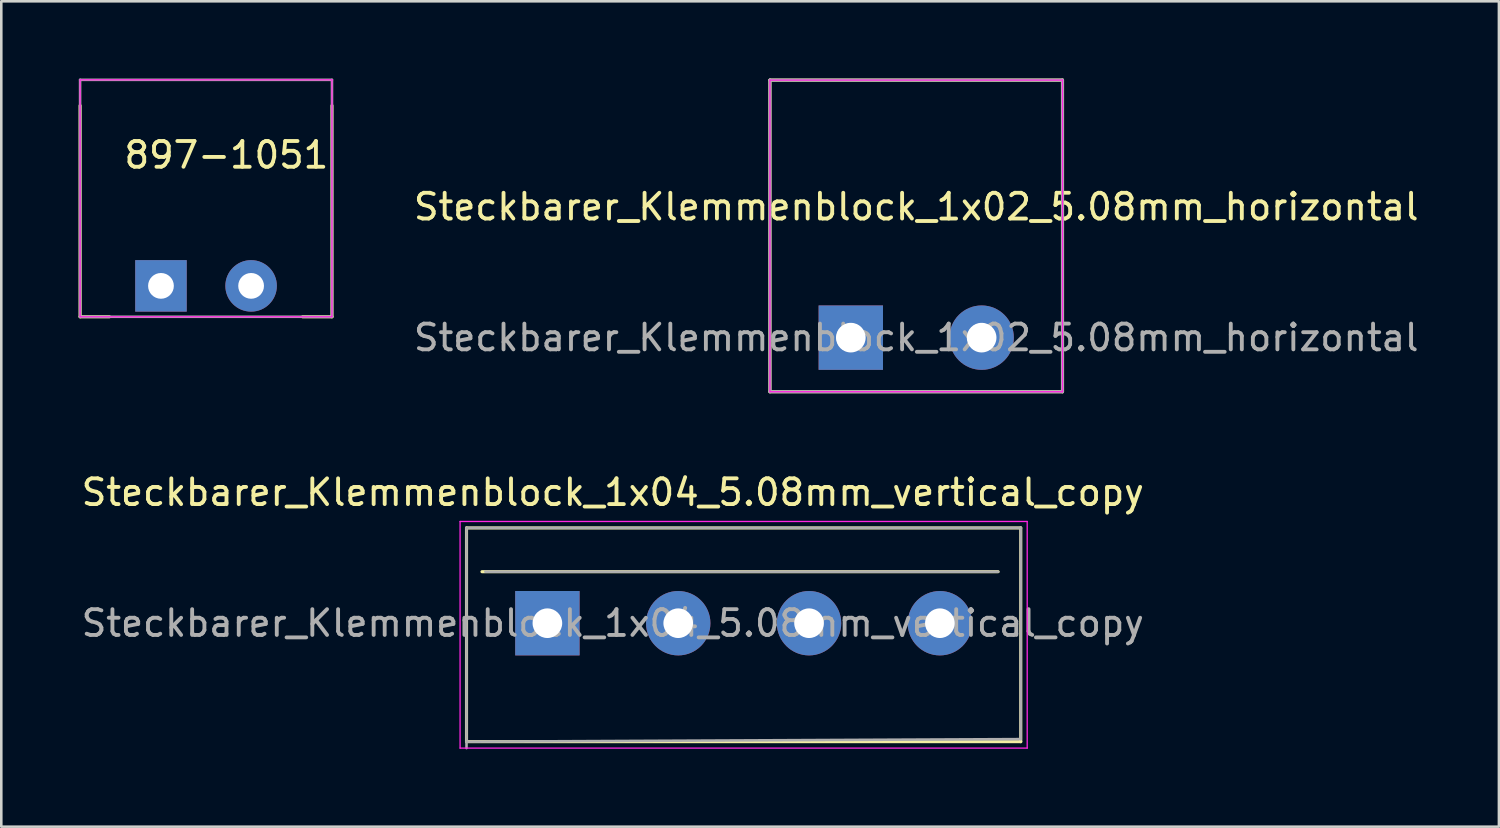
<source format=kicad_pcb>
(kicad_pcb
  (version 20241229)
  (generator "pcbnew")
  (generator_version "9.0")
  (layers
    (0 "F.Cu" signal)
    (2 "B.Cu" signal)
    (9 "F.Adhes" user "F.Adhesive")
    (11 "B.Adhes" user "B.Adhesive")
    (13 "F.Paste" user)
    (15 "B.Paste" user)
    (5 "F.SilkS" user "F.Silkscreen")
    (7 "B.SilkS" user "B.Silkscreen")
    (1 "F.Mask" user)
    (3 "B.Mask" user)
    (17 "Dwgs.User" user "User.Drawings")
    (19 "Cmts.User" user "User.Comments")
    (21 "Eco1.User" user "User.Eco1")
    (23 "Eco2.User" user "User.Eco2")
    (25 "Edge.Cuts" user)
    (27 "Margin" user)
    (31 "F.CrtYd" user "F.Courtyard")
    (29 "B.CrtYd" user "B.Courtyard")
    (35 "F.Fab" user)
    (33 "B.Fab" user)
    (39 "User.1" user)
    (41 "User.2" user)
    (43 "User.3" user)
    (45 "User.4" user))
  (footprint "Steckbarer_Klemmenblock_1x02_5.08mm_horizontal"
    (layer "F.Cu")
    (at 29.985 10.06)
    (property "Reference" "Steckbarer_Klemmenblock_1x02_5.08mm_horizontal" (at 2.54 -5.08 0) (layer "F.SilkS") (effects (font (size 1 1) (thickness 0.15))))
    (attr through_hole)
    (fp_line (start -3.14 2.1) (end -3.14 -10) (stroke (width 0.12) (type solid)) (layer "F.SilkS"))
    (fp_line (start 8.22 -10) (end -3.14 -10) (stroke (width 0.12) (type solid)) (layer "F.SilkS"))
    (fp_line (start 8.22 2.1) (end -3.14 2.1) (stroke (width 0.12) (type solid)) (layer "F.SilkS"))
    (fp_line (start 8.22 2.1) (end 8.22 -10) (stroke (width 0.12) (type solid)) (layer "F.SilkS"))
    (fp_line (start -3.14 2.1) (end -3.14 -10) (stroke (width 0.05) (type solid)) (layer "F.CrtYd"))
    (fp_line (start 8.22 -10) (end -3.14 -10) (stroke (width 0.05) (type solid)) (layer "F.CrtYd"))
    (fp_line (start 8.22 2.1) (end -3.14 2.1) (stroke (width 0.05) (type solid)) (layer "F.CrtYd"))
    (fp_line (start 8.22 2.1) (end 8.22 -10) (stroke (width 0.05) (type solid)) (layer "F.CrtYd"))
    (fp_circle (center 0 0) (end 0.5 0) (stroke (width 0.05) (type solid)) (fill no) (layer "F.CrtYd"))
    (fp_circle (center 5.08 0) (end 5.58 0) (stroke (width 0.05) (type solid)) (fill no) (layer "F.CrtYd"))
    (fp_line (start -3.14 2.1) (end -3.14 -10) (stroke (width 0.12) (type solid)) (layer "F.Fab"))
    (fp_line (start 8.22 -10) (end -3.14 -10) (stroke (width 0.12) (type solid)) (layer "F.Fab"))
    (fp_line (start 8.22 2.1) (end -3.14 2.1) (stroke (width 0.12) (type solid)) (layer "F.Fab"))
    (fp_line (start 8.22 2.1) (end 8.22 -10) (stroke (width 0.12) (type solid)) (layer "F.Fab"))
    (fp_circle (center 0 0) (end 0.5 0) (stroke (width 0.12) (type solid)) (fill no) (layer "F.Fab"))
    (fp_circle (center 5.08 0) (end 5.58 0) (stroke (width 0.12) (type solid)) (fill no) (layer "F.Fab"))
    (fp_text user "${REFERENCE}" (at 2.54 0 0) (layer "F.Fab") (effects (font (size 1 1) (thickness 0.15))))
    (pad "1" thru_hole rect (at 0 0) (size 2.5 2.5) (drill 1.15) (layers "*.Cu" "*.Mask"))
    (pad "2" thru_hole circle (at 5.08 0) (size 2.5 2.5) (drill 1.15) (layers "*.Cu" "*.Mask")))
  (footprint "Steckbarer_Klemmenblock_1x04_5.08mm_vertical_copy"
    (layer "F.Cu")
    (at 18.204 21.148)
    (property "Reference" "Steckbarer_Klemmenblock_1x04_5.08mm_vertical_copy" (at 2.54 -5.08 0) (layer "F.SilkS") (effects (font (size 1 1) (thickness 0.15))))
    (attr through_hole)
    (fp_line (start -3.14 -3.7) (end -3.14 4.6) (stroke (width 0.12) (type solid)) (layer "F.SilkS"))
    (fp_line (start -3.14 4.6) (end 18.38 4.6) (stroke (width 0.12) (type solid)) (layer "F.SilkS"))
    (fp_line (start 17.5 -2) (end -2.54 -2) (stroke (width 0.12) (type solid)) (layer "F.SilkS"))
    (fp_line (start 18.38 -3.7) (end -3.14 -3.7) (stroke (width 0.12) (type solid)) (layer "F.SilkS"))
    (fp_line (start 18.38 4.6) (end 18.38 -3.7) (stroke (width 0.12) (type solid)) (layer "F.SilkS"))
    (fp_line (start -3.39 -3.95) (end -3.39 4.85) (stroke (width 0.05) (type solid)) (layer "F.CrtYd"))
    (fp_line (start -3.39 -3.95) (end 18.63 -3.95) (stroke (width 0.05) (type solid)) (layer "F.CrtYd"))
    (fp_line (start 18.63 4.85) (end -3.39 4.85) (stroke (width 0.05) (type solid)) (layer "F.CrtYd"))
    (fp_line (start 18.63 4.85) (end 18.63 -3.95) (stroke (width 0.05) (type solid)) (layer "F.CrtYd"))
    (fp_line (start -3.14 -3.7) (end -3.14 4.85) (stroke (width 0.1) (type solid)) (layer "F.Fab"))
    (fp_line (start -3.14 4.6) (end 18.38 4.5) (stroke (width 0.1) (type solid)) (layer "F.Fab"))
    (fp_line (start -2.41 -2) (end 17.5 -2) (stroke (width 0.1) (type solid)) (layer "F.Fab"))
    (fp_line (start 18.38 -3.7) (end -3.14 -3.7) (stroke (width 0.1) (type solid)) (layer "F.Fab"))
    (fp_line (start 18.38 4.5) (end 18.38 -3.7) (stroke (width 0.1) (type solid)) (layer "F.Fab"))
    (fp_text user "${REFERENCE}" (at 2.54 0 0) (layer "F.Fab") (effects (font (size 1 1) (thickness 0.15))))
    (pad "1" thru_hole rect (at 0 0) (size 2.5 2.5) (drill 1.15) (layers "*.Cu" "*.Mask"))
    (pad "2" thru_hole circle (at 5.08 0) (size 2.5 2.5) (drill 1.15) (layers "*.Cu" "*.Mask"))
    (pad "3" thru_hole circle (at 10.16 0) (size 2.5 2.5) (drill 1.15) (layers "*.Cu" "*.Mask"))
    (pad "4" thru_hole circle (at 15.24 0) (size 2.5 2.5) (drill 1.15) (layers "*.Cu" "*.Mask")))
  (footprint "897-1051"
    (layer "F.Cu")
    (at 3.2 8.05)
    (property "Reference" "897-1051" (at 2.54 -5.08 0) (layer "F.SilkS") (effects (font (size 1 1) (thickness 0.15))))
    (attr through_hole)
    (fp_line (start -3.14 1.2) (end -3.14 -7) (stroke (width 0.12) (type solid)) (layer "F.SilkS"))
    (fp_line (start -2 1.2) (end -3.14 1.2) (stroke (width 0.12) (type solid)) (layer "F.SilkS"))
    (fp_line (start 6.64 1.2) (end 5.5 1.2) (stroke (width 0.12) (type solid)) (layer "F.SilkS"))
    (fp_line (start 6.64 1.2) (end 6.64 -7) (stroke (width 0.12) (type solid)) (layer "F.SilkS"))
    (fp_line (start -3.14 1.2) (end -3.14 -8) (stroke (width 0.05) (type solid)) (layer "F.CrtYd"))
    (fp_line (start 6.64 -8) (end -3.14 -8) (stroke (width 0.05) (type solid)) (layer "F.CrtYd"))
    (fp_line (start 6.64 1.2) (end -3.14 1.2) (stroke (width 0.05) (type solid)) (layer "F.CrtYd"))
    (fp_line (start 6.64 1.2) (end 6.64 -8) (stroke (width 0.05) (type solid)) (layer "F.CrtYd"))
    (fp_circle (center 0 0) (end 0.4 0) (stroke (width 0.05) (type solid)) (fill no) (layer "F.CrtYd"))
    (fp_circle (center 3.5 0) (end 3.9 0) (stroke (width 0.05) (type solid)) (fill no) (layer "F.CrtYd"))
    (fp_line (start -3.14 1.2) (end -3.14 -8) (stroke (width 0.1) (type solid)) (layer "F.Fab"))
    (fp_line (start 6.64 -8) (end -3.14 -8) (stroke (width 0.1) (type solid)) (layer "F.Fab"))
    (fp_line (start 6.64 1.2) (end -3.14 1.2) (stroke (width 0.1) (type solid)) (layer "F.Fab"))
    (fp_line (start 6.64 1.2) (end 6.64 -8) (stroke (width 0.1) (type solid)) (layer "F.Fab"))
    (fp_circle (center 0 0) (end 0.4 0) (stroke (width 0.1) (type solid)) (fill no) (layer "F.Fab"))
    (fp_circle (center 3.5 0) (end 3.9 0) (stroke (width 0.1) (type solid)) (fill no) (layer "F.Fab"))
    (pad "1" thru_hole rect (at 0 0) (size 2 2) (drill 1) (layers "*.Cu" "*.Mask"))
    (pad "2" thru_hole circle (at 3.5 0) (size 2 2) (drill 1) (layers "*.Cu" "*.Mask")))
  (gr_rect
    (start -3 -3)
    (end 55.15 29.048)
    (stroke (width 0.1) (type default))
    (fill no)
    (layer "Edge.Cuts")))
</source>
